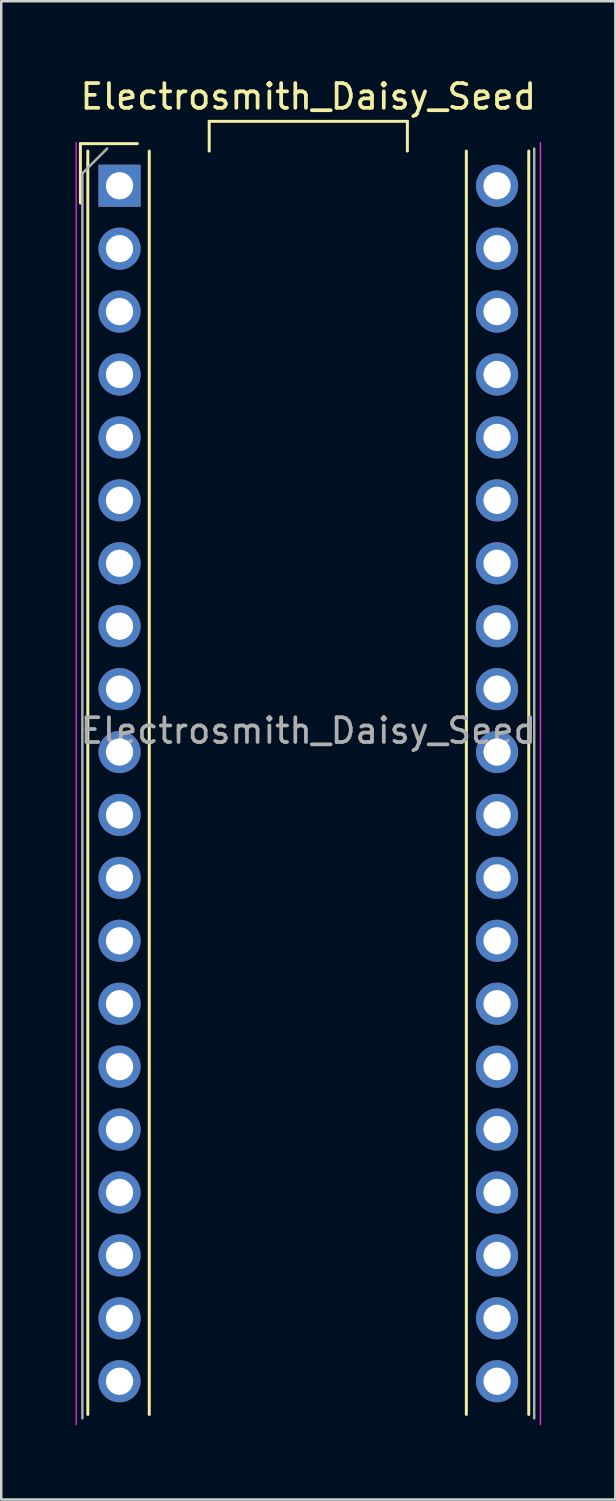
<source format=kicad_pcb>
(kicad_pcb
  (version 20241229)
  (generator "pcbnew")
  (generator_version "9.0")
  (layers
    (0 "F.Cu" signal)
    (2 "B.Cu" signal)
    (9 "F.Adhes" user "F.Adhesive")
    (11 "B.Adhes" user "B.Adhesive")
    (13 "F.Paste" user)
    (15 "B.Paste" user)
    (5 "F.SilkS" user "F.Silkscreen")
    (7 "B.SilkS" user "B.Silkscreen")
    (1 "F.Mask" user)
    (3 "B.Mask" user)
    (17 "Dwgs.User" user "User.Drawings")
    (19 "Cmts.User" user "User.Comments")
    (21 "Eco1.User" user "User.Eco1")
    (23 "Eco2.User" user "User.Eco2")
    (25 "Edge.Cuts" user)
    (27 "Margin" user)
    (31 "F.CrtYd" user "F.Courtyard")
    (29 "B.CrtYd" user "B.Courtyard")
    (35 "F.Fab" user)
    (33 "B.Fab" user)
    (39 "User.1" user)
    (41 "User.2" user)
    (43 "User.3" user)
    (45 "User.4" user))
  (footprint "Electrosmith_Daisy_Seed"
    (layer "F.Cu")
    (at 1.775 4.448)
    (property "Reference" "Electrosmith_Daisy_Seed" (at 7.62 -3.6 0) (layer "F.SilkS") (effects (font (size 1 1) (thickness 0.15))))
    (attr through_hole)
    (fp_line (start -1.58 -1.7) (end -1.58 0.7) (stroke (width 0.12) (type solid)) (layer "F.SilkS"))
    (fp_line (start -1.28 49.6) (end -1.28 -1.4) (stroke (width 0.12) (type solid)) (layer "F.SilkS"))
    (fp_line (start 0.72 -1.7) (end -1.58 -1.7) (stroke (width 0.12) (type solid)) (layer "F.SilkS"))
    (fp_line (start 1.2 -1.4) (end 1.2 49.6) (stroke (width 0.12) (type solid)) (layer "F.SilkS"))
    (fp_line (start 3.62 -2.6) (end 11.62 -2.6) (stroke (width 0.12) (type solid)) (layer "F.SilkS"))
    (fp_line (start 3.62 -1.4) (end 3.62 -2.6) (stroke (width 0.12) (type solid)) (layer "F.SilkS"))
    (fp_line (start 11.62 -2.6) (end 11.62 -1.4) (stroke (width 0.12) (type solid)) (layer "F.SilkS"))
    (fp_line (start 14 -1.4) (end 14 49.6) (stroke (width 0.12) (type solid)) (layer "F.SilkS"))
    (fp_line (start 16.52 -1.4) (end 16.52 49.6) (stroke (width 0.12) (type solid)) (layer "F.SilkS"))
    (fp_line (start -1.75 50.01) (end -1.75 -1.75) (stroke (width 0.05) (type solid)) (layer "F.CrtYd"))
    (fp_line (start 16.99 -1.75) (end 16.99 50.01) (stroke (width 0.05) (type solid)) (layer "F.CrtYd"))
    (fp_line (start -1.5 -0.5) (end -1.5 49.76) (stroke (width 0.1) (type solid)) (layer "F.Fab"))
    (fp_line (start -0.5 -1.5) (end -1.5 -0.5) (stroke (width 0.1) (type solid)) (layer "F.Fab"))
    (fp_line (start 16.74 49.76) (end 16.74 -1.5) (stroke (width 0.1) (type solid)) (layer "F.Fab"))
    (fp_text user "${REFERENCE}" (at 7.62 22 0) (layer "F.Fab") (effects (font (size 1 1) (thickness 0.15))))
    (pad "1" thru_hole rect (at 0 0) (size 1.7 1.7) (drill 1.1) (layers "*.Cu" "*.Mask"))
    (pad "2" thru_hole circle (at 0 2.54) (size 1.7 1.7) (drill 1.1) (layers "*.Cu" "*.Mask"))
    (pad "3" thru_hole circle (at 0 5.08) (size 1.7 1.7) (drill 1.1) (layers "*.Cu" "*.Mask"))
    (pad "4" thru_hole circle (at 0 7.62) (size 1.7 1.7) (drill 1.1) (layers "*.Cu" "*.Mask"))
    (pad "5" thru_hole circle (at 0 10.16) (size 1.7 1.7) (drill 1.1) (layers "*.Cu" "*.Mask"))
    (pad "6" thru_hole circle (at 0 12.7) (size 1.7 1.7) (drill 1.1) (layers "*.Cu" "*.Mask"))
    (pad "7" thru_hole circle (at 0 15.24) (size 1.7 1.7) (drill 1.1) (layers "*.Cu" "*.Mask"))
    (pad "8" thru_hole circle (at 0 17.78) (size 1.7 1.7) (drill 1.1) (layers "*.Cu" "*.Mask"))
    (pad "9" thru_hole circle (at 0 20.32) (size 1.7 1.7) (drill 1.1) (layers "*.Cu" "*.Mask"))
    (pad "10" thru_hole circle (at 0 22.86) (size 1.7 1.7) (drill 1.1) (layers "*.Cu" "*.Mask"))
    (pad "11" thru_hole circle (at 0 25.4) (size 1.7 1.7) (drill 1.1) (layers "*.Cu" "*.Mask"))
    (pad "12" thru_hole circle (at 0 27.94) (size 1.7 1.7) (drill 1.1) (layers "*.Cu" "*.Mask"))
    (pad "13" thru_hole circle (at 0 30.48) (size 1.7 1.7) (drill 1.1) (layers "*.Cu" "*.Mask"))
    (pad "14" thru_hole circle (at 0 33.02) (size 1.7 1.7) (drill 1.1) (layers "*.Cu" "*.Mask"))
    (pad "15" thru_hole circle (at 0 35.56) (size 1.7 1.7) (drill 1.1) (layers "*.Cu" "*.Mask"))
    (pad "16" thru_hole circle (at 0 38.1) (size 1.7 1.7) (drill 1.1) (layers "*.Cu" "*.Mask"))
    (pad "17" thru_hole circle (at 0 40.64) (size 1.7 1.7) (drill 1.1) (layers "*.Cu" "*.Mask"))
    (pad "18" thru_hole circle (at 0 43.18) (size 1.7 1.7) (drill 1.1) (layers "*.Cu" "*.Mask"))
    (pad "19" thru_hole circle (at 0 45.72) (size 1.7 1.7) (drill 1.1) (layers "*.Cu" "*.Mask"))
    (pad "20" thru_hole circle (at 0 48.26) (size 1.7 1.7) (drill 1.1) (layers "*.Cu" "*.Mask"))
    (pad "21" thru_hole circle (at 15.24 48.26) (size 1.7 1.7) (drill 1.1) (layers "*.Cu" "*.Mask"))
    (pad "22" thru_hole circle (at 15.24 45.72) (size 1.7 1.7) (drill 1.1) (layers "*.Cu" "*.Mask"))
    (pad "23" thru_hole circle (at 15.24 43.18) (size 1.7 1.7) (drill 1.1) (layers "*.Cu" "*.Mask"))
    (pad "24" thru_hole circle (at 15.24 40.64) (size 1.7 1.7) (drill 1.1) (layers "*.Cu" "*.Mask"))
    (pad "25" thru_hole circle (at 15.24 38.1) (size 1.7 1.7) (drill 1.1) (layers "*.Cu" "*.Mask"))
    (pad "26" thru_hole circle (at 15.24 35.56) (size 1.7 1.7) (drill 1.1) (layers "*.Cu" "*.Mask"))
    (pad "27" thru_hole circle (at 15.24 33.02) (size 1.7 1.7) (drill 1.1) (layers "*.Cu" "*.Mask"))
    (pad "28" thru_hole circle (at 15.24 30.48) (size 1.7 1.7) (drill 1.1) (layers "*.Cu" "*.Mask"))
    (pad "29" thru_hole circle (at 15.24 27.94) (size 1.7 1.7) (drill 1.1) (layers "*.Cu" "*.Mask"))
    (pad "30" thru_hole circle (at 15.24 25.4) (size 1.7 1.7) (drill 1.1) (layers "*.Cu" "*.Mask"))
    (pad "31" thru_hole circle (at 15.24 22.86) (size 1.7 1.7) (drill 1.1) (layers "*.Cu" "*.Mask"))
    (pad "32" thru_hole circle (at 15.24 20.32) (size 1.7 1.7) (drill 1.1) (layers "*.Cu" "*.Mask"))
    (pad "33" thru_hole circle (at 15.24 17.78) (size 1.7 1.7) (drill 1.1) (layers "*.Cu" "*.Mask"))
    (pad "34" thru_hole circle (at 15.24 15.24) (size 1.7 1.7) (drill 1.1) (layers "*.Cu" "*.Mask"))
    (pad "35" thru_hole circle (at 15.24 12.7) (size 1.7 1.7) (drill 1.1) (layers "*.Cu" "*.Mask"))
    (pad "36" thru_hole circle (at 15.24 10.16) (size 1.7 1.7) (drill 1.1) (layers "*.Cu" "*.Mask"))
    (pad "37" thru_hole circle (at 15.24 7.62) (size 1.7 1.7) (drill 1.1) (layers "*.Cu" "*.Mask"))
    (pad "38" thru_hole circle (at 15.24 5.08) (size 1.7 1.7) (drill 1.1) (layers "*.Cu" "*.Mask"))
    (pad "39" thru_hole circle (at 15.24 2.54) (size 1.7 1.7) (drill 1.1) (layers "*.Cu" "*.Mask"))
    (pad "40" thru_hole circle (at 15.24 0) (size 1.7 1.7) (drill 1.1) (layers "*.Cu" "*.Mask")))
  (gr_rect
    (start -3 -3)
    (end 21.79 57.483)
    (stroke (width 0.1) (type default))
    (fill no)
    (layer "Edge.Cuts")))
</source>
